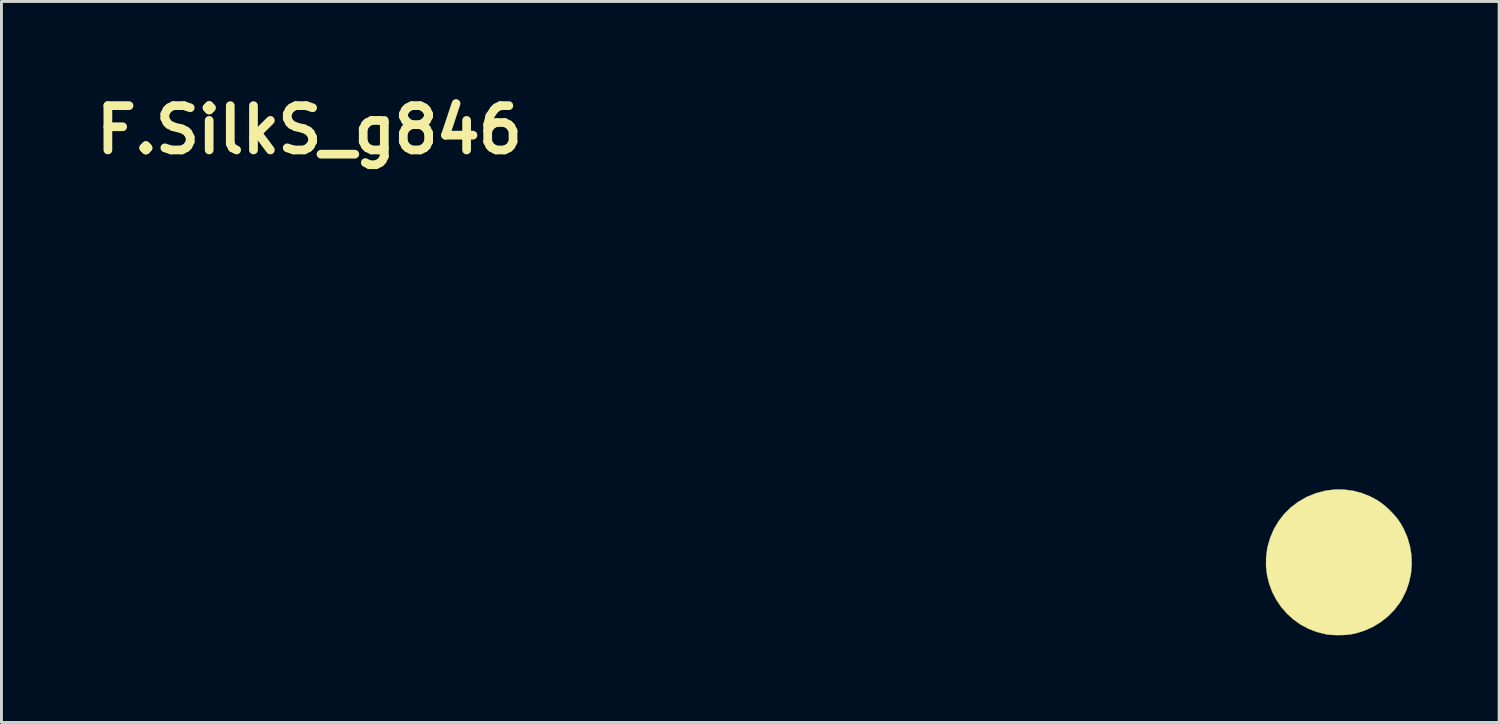
<source format=kicad_pcb>
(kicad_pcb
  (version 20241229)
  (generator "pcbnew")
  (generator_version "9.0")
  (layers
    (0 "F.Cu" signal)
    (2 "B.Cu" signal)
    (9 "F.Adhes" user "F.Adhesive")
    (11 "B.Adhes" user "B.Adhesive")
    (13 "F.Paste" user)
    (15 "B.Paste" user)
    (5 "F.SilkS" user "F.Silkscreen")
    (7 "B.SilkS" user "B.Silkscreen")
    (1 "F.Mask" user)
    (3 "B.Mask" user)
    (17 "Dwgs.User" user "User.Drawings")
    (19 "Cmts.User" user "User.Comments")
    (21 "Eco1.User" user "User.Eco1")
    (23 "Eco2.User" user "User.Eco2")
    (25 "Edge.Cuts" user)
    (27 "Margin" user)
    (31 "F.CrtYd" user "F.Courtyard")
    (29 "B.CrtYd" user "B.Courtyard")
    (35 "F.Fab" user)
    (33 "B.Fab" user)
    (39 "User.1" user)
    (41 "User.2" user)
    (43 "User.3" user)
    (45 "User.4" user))
  (footprint "F.SilkS_g846"
    (layer "F.Cu")
    (at 7.591 1.418)
    (property "Reference" "F.SilkS_g846" (at 0 0 0) (layer "F.SilkS") (effects (font (size 1.524 1.524) (thickness 0.3))))
    (attr through_hole)
    (fp_poly (pts (xy 35.88 12.408) (xy 36.19 12.489) (xy 36.491 12.61) (xy 36.502 12.616) (xy 36.698 12.72) (xy 36.871 12.835) (xy 37.039 12.971) (xy 37.134 13.059) (xy 37.29 13.219) (xy 37.419 13.373) (xy 37.529 13.534) (xy 37.631 13.715) (xy 37.759 14.008) (xy 37.848 14.311) (xy 37.899 14.622) (xy 37.911 14.936) (xy 37.885 15.248) (xy 37.82 15.554) (xy 37.718 15.851) (xy 37.578 16.134) (xy 37.499 16.262) (xy 37.308 16.512) (xy 37.086 16.736) (xy 36.837 16.931) (xy 36.566 17.095) (xy 36.276 17.224) (xy 35.972 17.316) (xy 35.827 17.346) (xy 35.677 17.364) (xy 35.502 17.373) (xy 35.318 17.374) (xy 35.141 17.366) (xy 34.987 17.349) (xy 34.959 17.344) (xy 34.649 17.267) (xy 34.358 17.155) (xy 34.088 17.01) (xy 33.84 16.834) (xy 33.617 16.631) (xy 33.42 16.404) (xy 33.252 16.156) (xy 33.113 15.889) (xy 33.008 15.606) (xy 32.936 15.311) (xy 32.9 15.006) (xy 32.903 14.695) (xy 32.945 14.379) (xy 32.955 14.333) (xy 33.044 14.023) (xy 33.17 13.73) (xy 33.331 13.458) (xy 33.525 13.209) (xy 33.749 12.987) (xy 34.002 12.794) (xy 34.28 12.633) (xy 34.314 12.616) (xy 34.62 12.493) (xy 34.932 12.411) (xy 35.249 12.369) (xy 35.566 12.368) (xy 35.88 12.408)) (stroke (width 0.01) (type solid)) (fill yes) (layer "F.SilkS")))
  (gr_rect
    (start -3 -3)
    (end 48.507 21.797)
    (stroke (width 0.1) (type default))
    (fill no)
    (layer "Edge.Cuts")))
</source>
